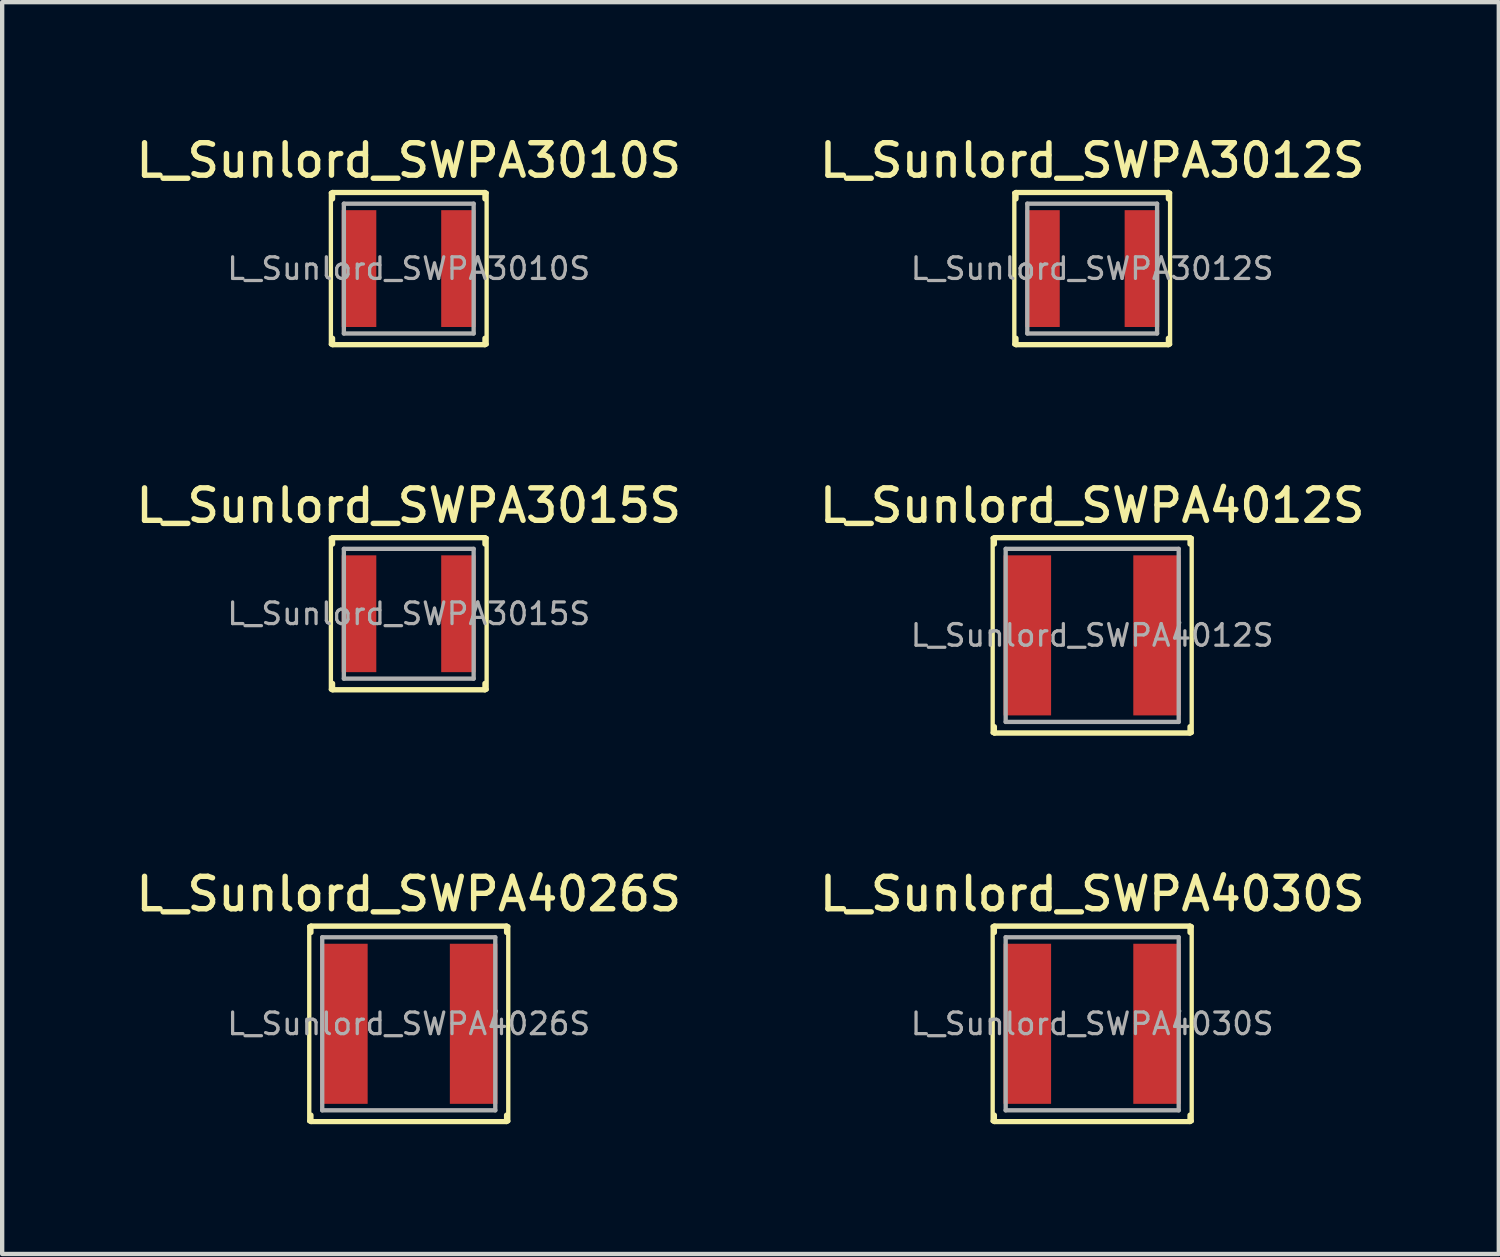
<source format=kicad_pcb>
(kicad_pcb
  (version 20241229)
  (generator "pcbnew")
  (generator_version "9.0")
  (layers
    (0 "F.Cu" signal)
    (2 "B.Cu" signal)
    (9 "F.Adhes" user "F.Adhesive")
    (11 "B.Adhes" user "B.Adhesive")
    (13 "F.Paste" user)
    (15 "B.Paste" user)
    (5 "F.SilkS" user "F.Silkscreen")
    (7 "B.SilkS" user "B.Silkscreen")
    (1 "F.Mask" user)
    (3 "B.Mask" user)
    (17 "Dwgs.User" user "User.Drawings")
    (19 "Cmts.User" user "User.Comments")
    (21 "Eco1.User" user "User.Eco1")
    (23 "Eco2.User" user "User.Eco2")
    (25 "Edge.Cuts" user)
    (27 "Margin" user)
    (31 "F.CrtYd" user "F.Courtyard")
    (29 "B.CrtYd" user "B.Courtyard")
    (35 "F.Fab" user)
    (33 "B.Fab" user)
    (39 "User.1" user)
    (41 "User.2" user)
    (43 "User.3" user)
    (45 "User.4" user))
  (footprint "L_Sunlord_SWPA3015S"
    (layer "F.Cu")
    (at 6.398 11.136)
    (property "Reference" "L_Sunlord_SWPA3015S" (at 0 -2.5 0) (layer "F.SilkS") (effects (font (size 0.75 0.75) (thickness 0.125))))
    (attr smd)
    (fp_line (start -1.8 -1.75) (end -1.8 1.75) (stroke (width 0.1) (type solid)) (layer "F.SilkS"))
    (fp_line (start -1.8 1.75) (end 1.8 1.75) (stroke (width 0.1) (type solid)) (layer "F.SilkS"))
    (fp_line (start -1.76 -1.76) (end -1.76 -1.61) (stroke (width 0.12) (type solid)) (layer "F.SilkS"))
    (fp_line (start -1.76 -1.76) (end 1.76 -1.76) (stroke (width 0.12) (type solid)) (layer "F.SilkS"))
    (fp_line (start -1.76 1.76) (end -1.76 1.61) (stroke (width 0.12) (type solid)) (layer "F.SilkS"))
    (fp_line (start -1.76 1.76) (end 1.76 1.76) (stroke (width 0.12) (type solid)) (layer "F.SilkS"))
    (fp_line (start 1.76 -1.76) (end 1.76 -1.61) (stroke (width 0.12) (type solid)) (layer "F.SilkS"))
    (fp_line (start 1.76 1.76) (end 1.76 1.61) (stroke (width 0.12) (type solid)) (layer "F.SilkS"))
    (fp_line (start 1.8 -1.75) (end -1.8 -1.75) (stroke (width 0.1) (type solid)) (layer "F.SilkS"))
    (fp_line (start 1.8 1.75) (end 1.8 -1.75) (stroke (width 0.1) (type solid)) (layer "F.SilkS"))
    (fp_line (start -1.5 -1.5) (end -1.5 1.5) (stroke (width 0.1) (type solid)) (layer "F.Fab"))
    (fp_line (start -1.5 1.5) (end 1.5 1.5) (stroke (width 0.1) (type solid)) (layer "F.Fab"))
    (fp_line (start 1.5 -1.5) (end -1.5 -1.5) (stroke (width 0.1) (type solid)) (layer "F.Fab"))
    (fp_line (start 1.5 1.5) (end 1.5 -1.5) (stroke (width 0.1) (type solid)) (layer "F.Fab"))
    (fp_text user "${REFERENCE}" (at 0 0 0) (layer "F.Fab") (effects (font (size 0.5 0.5) (thickness 0.075))))
    (pad "1" smd rect (at -1.15 0) (size 0.8 2.7) (layers "F.Cu" "F.Mask" "F.Paste"))
    (pad "2" smd rect (at 1.15 0) (size 0.8 2.7) (layers "F.Cu" "F.Mask" "F.Paste")))
  (footprint "L_Sunlord_SWPA4012S"
    (layer "F.Cu")
    (at 22.195 11.636)
    (property "Reference" "L_Sunlord_SWPA4012S" (at 0 -3 0) (layer "F.SilkS") (effects (font (size 0.75 0.75) (thickness 0.125))))
    (attr smd)
    (fp_line (start -2.3 -2.25) (end -2.3 2.25) (stroke (width 0.1) (type solid)) (layer "F.SilkS"))
    (fp_line (start -2.3 2.25) (end 2.3 2.25) (stroke (width 0.1) (type solid)) (layer "F.SilkS"))
    (fp_line (start -2.26 -2.26) (end -2.26 -2.11) (stroke (width 0.12) (type solid)) (layer "F.SilkS"))
    (fp_line (start -2.26 -2.26) (end 2.26 -2.26) (stroke (width 0.12) (type solid)) (layer "F.SilkS"))
    (fp_line (start -2.26 2.26) (end -2.26 2.11) (stroke (width 0.12) (type solid)) (layer "F.SilkS"))
    (fp_line (start -2.26 2.26) (end 2.26 2.26) (stroke (width 0.12) (type solid)) (layer "F.SilkS"))
    (fp_line (start 2.26 -2.26) (end 2.26 -2.11) (stroke (width 0.12) (type solid)) (layer "F.SilkS"))
    (fp_line (start 2.26 2.26) (end 2.26 2.11) (stroke (width 0.12) (type solid)) (layer "F.SilkS"))
    (fp_line (start 2.3 -2.25) (end -2.3 -2.25) (stroke (width 0.1) (type solid)) (layer "F.SilkS"))
    (fp_line (start 2.3 2.25) (end 2.3 -2.25) (stroke (width 0.1) (type solid)) (layer "F.SilkS"))
    (fp_line (start -2 -2) (end -2 2) (stroke (width 0.1) (type solid)) (layer "F.Fab"))
    (fp_line (start -2 2) (end 2 2) (stroke (width 0.1) (type solid)) (layer "F.Fab"))
    (fp_line (start 2 -2) (end -2 -2) (stroke (width 0.1) (type solid)) (layer "F.Fab"))
    (fp_line (start 2 2) (end 2 -2) (stroke (width 0.1) (type solid)) (layer "F.Fab"))
    (fp_text user "${REFERENCE}" (at 0 0 0) (layer "F.Fab") (effects (font (size 0.5 0.5) (thickness 0.075))))
    (pad "1" smd rect (at -1.5 0) (size 1.1 3.7) (layers "F.Cu" "F.Mask" "F.Paste"))
    (pad "2" smd rect (at 1.5 0) (size 1.1 3.7) (layers "F.Cu" "F.Mask" "F.Paste")))
  (footprint "L_Sunlord_SWPA4026S"
    (layer "F.Cu")
    (at 6.398 20.614)
    (property "Reference" "L_Sunlord_SWPA4026S" (at 0 -3 0) (layer "F.SilkS") (effects (font (size 0.75 0.75) (thickness 0.125))))
    (attr smd)
    (fp_line (start -2.3 -2.25) (end -2.3 2.25) (stroke (width 0.1) (type solid)) (layer "F.SilkS"))
    (fp_line (start -2.3 2.25) (end 2.3 2.25) (stroke (width 0.1) (type solid)) (layer "F.SilkS"))
    (fp_line (start -2.26 -2.26) (end -2.26 -2.11) (stroke (width 0.12) (type solid)) (layer "F.SilkS"))
    (fp_line (start -2.26 -2.26) (end 2.26 -2.26) (stroke (width 0.12) (type solid)) (layer "F.SilkS"))
    (fp_line (start -2.26 2.26) (end -2.26 2.11) (stroke (width 0.12) (type solid)) (layer "F.SilkS"))
    (fp_line (start -2.26 2.26) (end 2.26 2.26) (stroke (width 0.12) (type solid)) (layer "F.SilkS"))
    (fp_line (start 2.26 -2.26) (end 2.26 -2.11) (stroke (width 0.12) (type solid)) (layer "F.SilkS"))
    (fp_line (start 2.26 2.26) (end 2.26 2.11) (stroke (width 0.12) (type solid)) (layer "F.SilkS"))
    (fp_line (start 2.3 -2.25) (end -2.3 -2.25) (stroke (width 0.1) (type solid)) (layer "F.SilkS"))
    (fp_line (start 2.3 2.25) (end 2.3 -2.25) (stroke (width 0.1) (type solid)) (layer "F.SilkS"))
    (fp_line (start -2 -2) (end -2 2) (stroke (width 0.1) (type solid)) (layer "F.Fab"))
    (fp_line (start -2 2) (end 2 2) (stroke (width 0.1) (type solid)) (layer "F.Fab"))
    (fp_line (start 2 -2) (end -2 -2) (stroke (width 0.1) (type solid)) (layer "F.Fab"))
    (fp_line (start 2 2) (end 2 -2) (stroke (width 0.1) (type solid)) (layer "F.Fab"))
    (fp_text user "${REFERENCE}" (at 0 0 0) (layer "F.Fab") (effects (font (size 0.5 0.5) (thickness 0.075))))
    (pad "1" smd rect (at -1.5 0) (size 1.1 3.7) (layers "F.Cu" "F.Mask" "F.Paste"))
    (pad "2" smd rect (at 1.5 0) (size 1.1 3.7) (layers "F.Cu" "F.Mask" "F.Paste")))
  (footprint "L_Sunlord_SWPA3012S"
    (layer "F.Cu")
    (at 22.195 3.158)
    (property "Reference" "L_Sunlord_SWPA3012S" (at 0 -2.5 0) (layer "F.SilkS") (effects (font (size 0.75 0.75) (thickness 0.125))))
    (attr smd)
    (fp_line (start -1.8 -1.75) (end -1.8 1.75) (stroke (width 0.1) (type solid)) (layer "F.SilkS"))
    (fp_line (start -1.8 1.75) (end 1.8 1.75) (stroke (width 0.1) (type solid)) (layer "F.SilkS"))
    (fp_line (start -1.76 -1.76) (end -1.76 -1.61) (stroke (width 0.12) (type solid)) (layer "F.SilkS"))
    (fp_line (start -1.76 -1.76) (end 1.76 -1.76) (stroke (width 0.12) (type solid)) (layer "F.SilkS"))
    (fp_line (start -1.76 1.76) (end -1.76 1.61) (stroke (width 0.12) (type solid)) (layer "F.SilkS"))
    (fp_line (start -1.76 1.76) (end 1.76 1.76) (stroke (width 0.12) (type solid)) (layer "F.SilkS"))
    (fp_line (start 1.76 -1.76) (end 1.76 -1.61) (stroke (width 0.12) (type solid)) (layer "F.SilkS"))
    (fp_line (start 1.76 1.76) (end 1.76 1.61) (stroke (width 0.12) (type solid)) (layer "F.SilkS"))
    (fp_line (start 1.8 -1.75) (end -1.8 -1.75) (stroke (width 0.1) (type solid)) (layer "F.SilkS"))
    (fp_line (start 1.8 1.75) (end 1.8 -1.75) (stroke (width 0.1) (type solid)) (layer "F.SilkS"))
    (fp_line (start -1.5 -1.5) (end -1.5 1.5) (stroke (width 0.1) (type solid)) (layer "F.Fab"))
    (fp_line (start -1.5 1.5) (end 1.5 1.5) (stroke (width 0.1) (type solid)) (layer "F.Fab"))
    (fp_line (start 1.5 -1.5) (end -1.5 -1.5) (stroke (width 0.1) (type solid)) (layer "F.Fab"))
    (fp_line (start 1.5 1.5) (end 1.5 -1.5) (stroke (width 0.1) (type solid)) (layer "F.Fab"))
    (fp_text user "${REFERENCE}" (at 0 0 0) (layer "F.Fab") (effects (font (size 0.5 0.5) (thickness 0.075))))
    (pad "1" smd rect (at -1.15 0) (size 0.8 2.7) (layers "F.Cu" "F.Mask" "F.Paste"))
    (pad "2" smd rect (at 1.15 0) (size 0.8 2.7) (layers "F.Cu" "F.Mask" "F.Paste")))
  (footprint "L_Sunlord_SWPA3010S"
    (layer "F.Cu")
    (at 6.398 3.158)
    (property "Reference" "L_Sunlord_SWPA3010S" (at 0 -2.5 0) (layer "F.SilkS") (effects (font (size 0.75 0.75) (thickness 0.125))))
    (attr smd)
    (fp_line (start -1.8 -1.75) (end -1.8 1.75) (stroke (width 0.1) (type solid)) (layer "F.SilkS"))
    (fp_line (start -1.8 1.75) (end 1.8 1.75) (stroke (width 0.1) (type solid)) (layer "F.SilkS"))
    (fp_line (start -1.76 -1.76) (end -1.76 -1.61) (stroke (width 0.12) (type solid)) (layer "F.SilkS"))
    (fp_line (start -1.76 -1.76) (end 1.76 -1.76) (stroke (width 0.12) (type solid)) (layer "F.SilkS"))
    (fp_line (start -1.76 1.76) (end -1.76 1.61) (stroke (width 0.12) (type solid)) (layer "F.SilkS"))
    (fp_line (start -1.76 1.76) (end 1.76 1.76) (stroke (width 0.12) (type solid)) (layer "F.SilkS"))
    (fp_line (start 1.76 -1.76) (end 1.76 -1.61) (stroke (width 0.12) (type solid)) (layer "F.SilkS"))
    (fp_line (start 1.76 1.76) (end 1.76 1.61) (stroke (width 0.12) (type solid)) (layer "F.SilkS"))
    (fp_line (start 1.8 -1.75) (end -1.8 -1.75) (stroke (width 0.1) (type solid)) (layer "F.SilkS"))
    (fp_line (start 1.8 1.75) (end 1.8 -1.75) (stroke (width 0.1) (type solid)) (layer "F.SilkS"))
    (fp_line (start -1.5 -1.5) (end -1.5 1.5) (stroke (width 0.1) (type solid)) (layer "F.Fab"))
    (fp_line (start -1.5 1.5) (end 1.5 1.5) (stroke (width 0.1) (type solid)) (layer "F.Fab"))
    (fp_line (start 1.5 -1.5) (end -1.5 -1.5) (stroke (width 0.1) (type solid)) (layer "F.Fab"))
    (fp_line (start 1.5 1.5) (end 1.5 -1.5) (stroke (width 0.1) (type solid)) (layer "F.Fab"))
    (fp_text user "${REFERENCE}" (at 0 0 0) (layer "F.Fab") (effects (font (size 0.5 0.5) (thickness 0.075))))
    (pad "1" smd rect (at -1.15 0) (size 0.8 2.7) (layers "F.Cu" "F.Mask" "F.Paste"))
    (pad "2" smd rect (at 1.15 0) (size 0.8 2.7) (layers "F.Cu" "F.Mask" "F.Paste")))
  (footprint "L_Sunlord_SWPA4030S"
    (layer "F.Cu")
    (at 22.195 20.614)
    (property "Reference" "L_Sunlord_SWPA4030S" (at 0 -3 0) (layer "F.SilkS") (effects (font (size 0.75 0.75) (thickness 0.125))))
    (attr smd)
    (fp_line (start -2.3 -2.25) (end -2.3 2.25) (stroke (width 0.1) (type solid)) (layer "F.SilkS"))
    (fp_line (start -2.3 2.25) (end 2.3 2.25) (stroke (width 0.1) (type solid)) (layer "F.SilkS"))
    (fp_line (start -2.26 -2.26) (end -2.26 -2.11) (stroke (width 0.12) (type solid)) (layer "F.SilkS"))
    (fp_line (start -2.26 -2.26) (end 2.26 -2.26) (stroke (width 0.12) (type solid)) (layer "F.SilkS"))
    (fp_line (start -2.26 2.26) (end -2.26 2.11) (stroke (width 0.12) (type solid)) (layer "F.SilkS"))
    (fp_line (start -2.26 2.26) (end 2.26 2.26) (stroke (width 0.12) (type solid)) (layer "F.SilkS"))
    (fp_line (start 2.26 -2.26) (end 2.26 -2.11) (stroke (width 0.12) (type solid)) (layer "F.SilkS"))
    (fp_line (start 2.26 2.26) (end 2.26 2.11) (stroke (width 0.12) (type solid)) (layer "F.SilkS"))
    (fp_line (start 2.3 -2.25) (end -2.3 -2.25) (stroke (width 0.1) (type solid)) (layer "F.SilkS"))
    (fp_line (start 2.3 2.25) (end 2.3 -2.25) (stroke (width 0.1) (type solid)) (layer "F.SilkS"))
    (fp_line (start -2 -2) (end -2 2) (stroke (width 0.1) (type solid)) (layer "F.Fab"))
    (fp_line (start -2 2) (end 2 2) (stroke (width 0.1) (type solid)) (layer "F.Fab"))
    (fp_line (start 2 -2) (end -2 -2) (stroke (width 0.1) (type solid)) (layer "F.Fab"))
    (fp_line (start 2 2) (end 2 -2) (stroke (width 0.1) (type solid)) (layer "F.Fab"))
    (fp_text user "${REFERENCE}" (at 0 0 0) (layer "F.Fab") (effects (font (size 0.5 0.5) (thickness 0.075))))
    (pad "1" smd rect (at -1.5 0) (size 1.1 3.7) (layers "F.Cu" "F.Mask" "F.Paste"))
    (pad "2" smd rect (at 1.5 0) (size 1.1 3.7) (layers "F.Cu" "F.Mask" "F.Paste")))
  (gr_rect
    (start -3 -3)
    (end 31.593 25.934)
    (stroke (width 0.1) (type default))
    (fill no)
    (layer "Edge.Cuts")))
</source>
